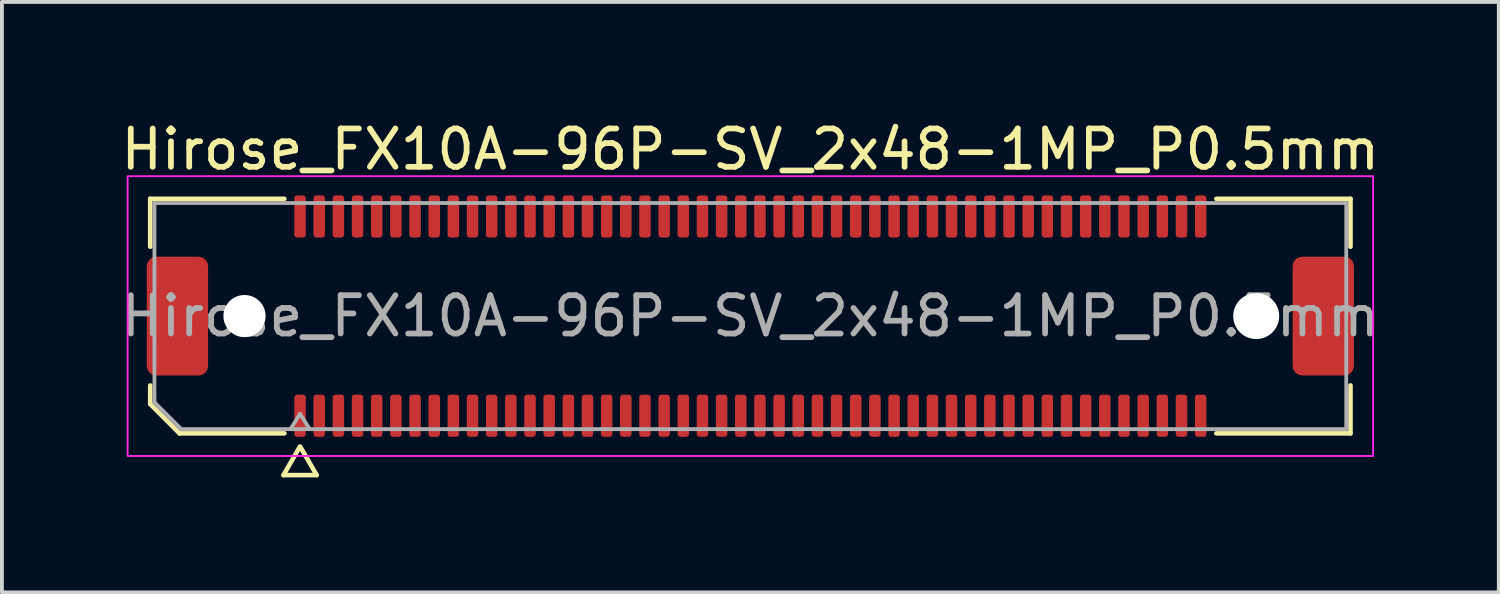
<source format=kicad_pcb>
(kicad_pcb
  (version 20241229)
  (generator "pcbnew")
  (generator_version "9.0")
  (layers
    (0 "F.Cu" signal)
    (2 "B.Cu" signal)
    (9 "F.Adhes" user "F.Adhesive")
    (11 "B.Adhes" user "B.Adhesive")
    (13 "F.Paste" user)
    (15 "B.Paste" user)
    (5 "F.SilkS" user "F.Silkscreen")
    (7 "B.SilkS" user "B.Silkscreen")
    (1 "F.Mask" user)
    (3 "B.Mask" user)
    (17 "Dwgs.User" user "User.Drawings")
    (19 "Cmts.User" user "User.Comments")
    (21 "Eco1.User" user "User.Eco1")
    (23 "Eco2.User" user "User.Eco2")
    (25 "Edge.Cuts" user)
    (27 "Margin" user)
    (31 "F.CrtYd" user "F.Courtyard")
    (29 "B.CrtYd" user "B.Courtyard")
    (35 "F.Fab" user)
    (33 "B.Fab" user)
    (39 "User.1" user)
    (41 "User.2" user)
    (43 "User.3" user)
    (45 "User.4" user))
  (footprint "Hirose_FX10A-96P-SV_2x48-1MP_P0.5mm"
    (layer "F.Cu")
    (at 16.53 5.198)
    (property "Reference" "Hirose_FX10A-96P-SV_2x48-1MP_P0.5mm" (at 0 -4.35 0) (layer "F.SilkS") (effects (font (size 1 1) (thickness 0.15))))
    (attr smd)
    (fp_line (start -15.66 -3.06) (end -12.16 -3.06) (stroke (width 0.12) (type solid)) (layer "F.SilkS"))
    (fp_line (start -15.66 -1.81) (end -15.66 -3.06) (stroke (width 0.12) (type solid)) (layer "F.SilkS"))
    (fp_line (start -15.66 2.296) (end -15.66 1.81) (stroke (width 0.12) (type solid)) (layer "F.SilkS"))
    (fp_line (start -14.896 3.06) (end -15.66 2.296) (stroke (width 0.12) (type solid)) (layer "F.SilkS"))
    (fp_line (start -12.183 4.15) (end -11.756 3.41) (stroke (width 0.12) (type solid)) (layer "F.SilkS"))
    (fp_line (start -12.16 3.06) (end -14.896 3.06) (stroke (width 0.12) (type solid)) (layer "F.SilkS"))
    (fp_line (start -11.744 3.41) (end -11.317 4.15) (stroke (width 0.12) (type solid)) (layer "F.SilkS"))
    (fp_line (start -11.317 4.15) (end -12.183 4.15) (stroke (width 0.12) (type solid)) (layer "F.SilkS"))
    (fp_line (start 12.16 -3.06) (end 15.66 -3.06) (stroke (width 0.12) (type solid)) (layer "F.SilkS"))
    (fp_line (start 15.66 -3.06) (end 15.66 -1.81) (stroke (width 0.12) (type solid)) (layer "F.SilkS"))
    (fp_line (start 15.66 1.81) (end 15.66 3.06) (stroke (width 0.12) (type solid)) (layer "F.SilkS"))
    (fp_line (start 15.66 3.06) (end 12.16 3.06) (stroke (width 0.12) (type solid)) (layer "F.SilkS"))
    (fp_rect (start -16.25 -3.65) (end 16.25 3.65) (stroke (width 0.05) (type solid)) (fill no) (layer "F.CrtYd"))
    (fp_line (start -15.55 -2.95) (end 15.55 -2.95) (stroke (width 0.1) (type solid)) (layer "F.Fab"))
    (fp_line (start -15.55 2.25) (end -15.55 -2.95) (stroke (width 0.1) (type solid)) (layer "F.Fab"))
    (fp_line (start -14.85 2.95) (end -15.55 2.25) (stroke (width 0.1) (type solid)) (layer "F.Fab"))
    (fp_line (start -12 2.95) (end -11.75 2.55) (stroke (width 0.1) (type solid)) (layer "F.Fab"))
    (fp_line (start -11.75 2.55) (end -11.5 2.95) (stroke (width 0.1) (type solid)) (layer "F.Fab"))
    (fp_line (start 15.55 -2.95) (end 15.55 2.95) (stroke (width 0.1) (type solid)) (layer "F.Fab"))
    (fp_line (start 15.55 2.95) (end -14.85 2.95) (stroke (width 0.1) (type solid)) (layer "F.Fab"))
    (fp_text user "${REFERENCE}" (at 0 0 0) (layer "F.Fab") (effects (font (size 1 1) (thickness 0.15))))
    (pad "" np_thru_hole circle (at -13.2 0) (size 1.1 1.1) (drill 1.1) (layers "*.Cu" "*.Mask"))
    (pad "" np_thru_hole circle (at 13.2 0) (size 1.2 1.2) (drill 1.2) (layers "*.Cu" "*.Mask"))
    (pad "1" smd roundrect (at -11.75 2.6) (size 0.3 1.1) (layers "F.Cu" "F.Mask" "F.Paste") (roundrect_rratio 0.25))
    (pad "2" smd roundrect (at -11.75 -2.6) (size 0.3 1.1) (layers "F.Cu" "F.Mask" "F.Paste") (roundrect_rratio 0.25))
    (pad "3" smd roundrect (at -11.25 2.6) (size 0.3 1.1) (layers "F.Cu" "F.Mask" "F.Paste") (roundrect_rratio 0.25))
    (pad "4" smd roundrect (at -11.25 -2.6) (size 0.3 1.1) (layers "F.Cu" "F.Mask" "F.Paste") (roundrect_rratio 0.25))
    (pad "5" smd roundrect (at -10.75 2.6) (size 0.3 1.1) (layers "F.Cu" "F.Mask" "F.Paste") (roundrect_rratio 0.25))
    (pad "6" smd roundrect (at -10.75 -2.6) (size 0.3 1.1) (layers "F.Cu" "F.Mask" "F.Paste") (roundrect_rratio 0.25))
    (pad "7" smd roundrect (at -10.25 2.6) (size 0.3 1.1) (layers "F.Cu" "F.Mask" "F.Paste") (roundrect_rratio 0.25))
    (pad "8" smd roundrect (at -10.25 -2.6) (size 0.3 1.1) (layers "F.Cu" "F.Mask" "F.Paste") (roundrect_rratio 0.25))
    (pad "9" smd roundrect (at -9.75 2.6) (size 0.3 1.1) (layers "F.Cu" "F.Mask" "F.Paste") (roundrect_rratio 0.25))
    (pad "10" smd roundrect (at -9.75 -2.6) (size 0.3 1.1) (layers "F.Cu" "F.Mask" "F.Paste") (roundrect_rratio 0.25))
    (pad "11" smd roundrect (at -9.25 2.6) (size 0.3 1.1) (layers "F.Cu" "F.Mask" "F.Paste") (roundrect_rratio 0.25))
    (pad "12" smd roundrect (at -9.25 -2.6) (size 0.3 1.1) (layers "F.Cu" "F.Mask" "F.Paste") (roundrect_rratio 0.25))
    (pad "13" smd roundrect (at -8.75 2.6) (size 0.3 1.1) (layers "F.Cu" "F.Mask" "F.Paste") (roundrect_rratio 0.25))
    (pad "14" smd roundrect (at -8.75 -2.6) (size 0.3 1.1) (layers "F.Cu" "F.Mask" "F.Paste") (roundrect_rratio 0.25))
    (pad "15" smd roundrect (at -8.25 2.6) (size 0.3 1.1) (layers "F.Cu" "F.Mask" "F.Paste") (roundrect_rratio 0.25))
    (pad "16" smd roundrect (at -8.25 -2.6) (size 0.3 1.1) (layers "F.Cu" "F.Mask" "F.Paste") (roundrect_rratio 0.25))
    (pad "17" smd roundrect (at -7.75 2.6) (size 0.3 1.1) (layers "F.Cu" "F.Mask" "F.Paste") (roundrect_rratio 0.25))
    (pad "18" smd roundrect (at -7.75 -2.6) (size 0.3 1.1) (layers "F.Cu" "F.Mask" "F.Paste") (roundrect_rratio 0.25))
    (pad "19" smd roundrect (at -7.25 2.6) (size 0.3 1.1) (layers "F.Cu" "F.Mask" "F.Paste") (roundrect_rratio 0.25))
    (pad "20" smd roundrect (at -7.25 -2.6) (size 0.3 1.1) (layers "F.Cu" "F.Mask" "F.Paste") (roundrect_rratio 0.25))
    (pad "21" smd roundrect (at -6.75 2.6) (size 0.3 1.1) (layers "F.Cu" "F.Mask" "F.Paste") (roundrect_rratio 0.25))
    (pad "22" smd roundrect (at -6.75 -2.6) (size 0.3 1.1) (layers "F.Cu" "F.Mask" "F.Paste") (roundrect_rratio 0.25))
    (pad "23" smd roundrect (at -6.25 2.6) (size 0.3 1.1) (layers "F.Cu" "F.Mask" "F.Paste") (roundrect_rratio 0.25))
    (pad "24" smd roundrect (at -6.25 -2.6) (size 0.3 1.1) (layers "F.Cu" "F.Mask" "F.Paste") (roundrect_rratio 0.25))
    (pad "25" smd roundrect (at -5.75 2.6) (size 0.3 1.1) (layers "F.Cu" "F.Mask" "F.Paste") (roundrect_rratio 0.25))
    (pad "26" smd roundrect (at -5.75 -2.6) (size 0.3 1.1) (layers "F.Cu" "F.Mask" "F.Paste") (roundrect_rratio 0.25))
    (pad "27" smd roundrect (at -5.25 2.6) (size 0.3 1.1) (layers "F.Cu" "F.Mask" "F.Paste") (roundrect_rratio 0.25))
    (pad "28" smd roundrect (at -5.25 -2.6) (size 0.3 1.1) (layers "F.Cu" "F.Mask" "F.Paste") (roundrect_rratio 0.25))
    (pad "29" smd roundrect (at -4.75 2.6) (size 0.3 1.1) (layers "F.Cu" "F.Mask" "F.Paste") (roundrect_rratio 0.25))
    (pad "30" smd roundrect (at -4.75 -2.6) (size 0.3 1.1) (layers "F.Cu" "F.Mask" "F.Paste") (roundrect_rratio 0.25))
    (pad "31" smd roundrect (at -4.25 2.6) (size 0.3 1.1) (layers "F.Cu" "F.Mask" "F.Paste") (roundrect_rratio 0.25))
    (pad "32" smd roundrect (at -4.25 -2.6) (size 0.3 1.1) (layers "F.Cu" "F.Mask" "F.Paste") (roundrect_rratio 0.25))
    (pad "33" smd roundrect (at -3.75 2.6) (size 0.3 1.1) (layers "F.Cu" "F.Mask" "F.Paste") (roundrect_rratio 0.25))
    (pad "34" smd roundrect (at -3.75 -2.6) (size 0.3 1.1) (layers "F.Cu" "F.Mask" "F.Paste") (roundrect_rratio 0.25))
    (pad "35" smd roundrect (at -3.25 2.6) (size 0.3 1.1) (layers "F.Cu" "F.Mask" "F.Paste") (roundrect_rratio 0.25))
    (pad "36" smd roundrect (at -3.25 -2.6) (size 0.3 1.1) (layers "F.Cu" "F.Mask" "F.Paste") (roundrect_rratio 0.25))
    (pad "37" smd roundrect (at -2.75 2.6) (size 0.3 1.1) (layers "F.Cu" "F.Mask" "F.Paste") (roundrect_rratio 0.25))
    (pad "38" smd roundrect (at -2.75 -2.6) (size 0.3 1.1) (layers "F.Cu" "F.Mask" "F.Paste") (roundrect_rratio 0.25))
    (pad "39" smd roundrect (at -2.25 2.6) (size 0.3 1.1) (layers "F.Cu" "F.Mask" "F.Paste") (roundrect_rratio 0.25))
    (pad "40" smd roundrect (at -2.25 -2.6) (size 0.3 1.1) (layers "F.Cu" "F.Mask" "F.Paste") (roundrect_rratio 0.25))
    (pad "41" smd roundrect (at -1.75 2.6) (size 0.3 1.1) (layers "F.Cu" "F.Mask" "F.Paste") (roundrect_rratio 0.25))
    (pad "42" smd roundrect (at -1.75 -2.6) (size 0.3 1.1) (layers "F.Cu" "F.Mask" "F.Paste") (roundrect_rratio 0.25))
    (pad "43" smd roundrect (at -1.25 2.6) (size 0.3 1.1) (layers "F.Cu" "F.Mask" "F.Paste") (roundrect_rratio 0.25))
    (pad "44" smd roundrect (at -1.25 -2.6) (size 0.3 1.1) (layers "F.Cu" "F.Mask" "F.Paste") (roundrect_rratio 0.25))
    (pad "45" smd roundrect (at -0.75 2.6) (size 0.3 1.1) (layers "F.Cu" "F.Mask" "F.Paste") (roundrect_rratio 0.25))
    (pad "46" smd roundrect (at -0.75 -2.6) (size 0.3 1.1) (layers "F.Cu" "F.Mask" "F.Paste") (roundrect_rratio 0.25))
    (pad "47" smd roundrect (at -0.25 2.6) (size 0.3 1.1) (layers "F.Cu" "F.Mask" "F.Paste") (roundrect_rratio 0.25))
    (pad "48" smd roundrect (at -0.25 -2.6) (size 0.3 1.1) (layers "F.Cu" "F.Mask" "F.Paste") (roundrect_rratio 0.25))
    (pad "49" smd roundrect (at 0.25 2.6) (size 0.3 1.1) (layers "F.Cu" "F.Mask" "F.Paste") (roundrect_rratio 0.25))
    (pad "50" smd roundrect (at 0.25 -2.6) (size 0.3 1.1) (layers "F.Cu" "F.Mask" "F.Paste") (roundrect_rratio 0.25))
    (pad "51" smd roundrect (at 0.75 2.6) (size 0.3 1.1) (layers "F.Cu" "F.Mask" "F.Paste") (roundrect_rratio 0.25))
    (pad "52" smd roundrect (at 0.75 -2.6) (size 0.3 1.1) (layers "F.Cu" "F.Mask" "F.Paste") (roundrect_rratio 0.25))
    (pad "53" smd roundrect (at 1.25 2.6) (size 0.3 1.1) (layers "F.Cu" "F.Mask" "F.Paste") (roundrect_rratio 0.25))
    (pad "54" smd roundrect (at 1.25 -2.6) (size 0.3 1.1) (layers "F.Cu" "F.Mask" "F.Paste") (roundrect_rratio 0.25))
    (pad "55" smd roundrect (at 1.75 2.6) (size 0.3 1.1) (layers "F.Cu" "F.Mask" "F.Paste") (roundrect_rratio 0.25))
    (pad "56" smd roundrect (at 1.75 -2.6) (size 0.3 1.1) (layers "F.Cu" "F.Mask" "F.Paste") (roundrect_rratio 0.25))
    (pad "57" smd roundrect (at 2.25 2.6) (size 0.3 1.1) (layers "F.Cu" "F.Mask" "F.Paste") (roundrect_rratio 0.25))
    (pad "58" smd roundrect (at 2.25 -2.6) (size 0.3 1.1) (layers "F.Cu" "F.Mask" "F.Paste") (roundrect_rratio 0.25))
    (pad "59" smd roundrect (at 2.75 2.6) (size 0.3 1.1) (layers "F.Cu" "F.Mask" "F.Paste") (roundrect_rratio 0.25))
    (pad "60" smd roundrect (at 2.75 -2.6) (size 0.3 1.1) (layers "F.Cu" "F.Mask" "F.Paste") (roundrect_rratio 0.25))
    (pad "61" smd roundrect (at 3.25 2.6) (size 0.3 1.1) (layers "F.Cu" "F.Mask" "F.Paste") (roundrect_rratio 0.25))
    (pad "62" smd roundrect (at 3.25 -2.6) (size 0.3 1.1) (layers "F.Cu" "F.Mask" "F.Paste") (roundrect_rratio 0.25))
    (pad "63" smd roundrect (at 3.75 2.6) (size 0.3 1.1) (layers "F.Cu" "F.Mask" "F.Paste") (roundrect_rratio 0.25))
    (pad "64" smd roundrect (at 3.75 -2.6) (size 0.3 1.1) (layers "F.Cu" "F.Mask" "F.Paste") (roundrect_rratio 0.25))
    (pad "65" smd roundrect (at 4.25 2.6) (size 0.3 1.1) (layers "F.Cu" "F.Mask" "F.Paste") (roundrect_rratio 0.25))
    (pad "66" smd roundrect (at 4.25 -2.6) (size 0.3 1.1) (layers "F.Cu" "F.Mask" "F.Paste") (roundrect_rratio 0.25))
    (pad "67" smd roundrect (at 4.75 2.6) (size 0.3 1.1) (layers "F.Cu" "F.Mask" "F.Paste") (roundrect_rratio 0.25))
    (pad "68" smd roundrect (at 4.75 -2.6) (size 0.3 1.1) (layers "F.Cu" "F.Mask" "F.Paste") (roundrect_rratio 0.25))
    (pad "69" smd roundrect (at 5.25 2.6) (size 0.3 1.1) (layers "F.Cu" "F.Mask" "F.Paste") (roundrect_rratio 0.25))
    (pad "70" smd roundrect (at 5.25 -2.6) (size 0.3 1.1) (layers "F.Cu" "F.Mask" "F.Paste") (roundrect_rratio 0.25))
    (pad "71" smd roundrect (at 5.75 2.6) (size 0.3 1.1) (layers "F.Cu" "F.Mask" "F.Paste") (roundrect_rratio 0.25))
    (pad "72" smd roundrect (at 5.75 -2.6) (size 0.3 1.1) (layers "F.Cu" "F.Mask" "F.Paste") (roundrect_rratio 0.25))
    (pad "73" smd roundrect (at 6.25 2.6) (size 0.3 1.1) (layers "F.Cu" "F.Mask" "F.Paste") (roundrect_rratio 0.25))
    (pad "74" smd roundrect (at 6.25 -2.6) (size 0.3 1.1) (layers "F.Cu" "F.Mask" "F.Paste") (roundrect_rratio 0.25))
    (pad "75" smd roundrect (at 6.75 2.6) (size 0.3 1.1) (layers "F.Cu" "F.Mask" "F.Paste") (roundrect_rratio 0.25))
    (pad "76" smd roundrect (at 6.75 -2.6) (size 0.3 1.1) (layers "F.Cu" "F.Mask" "F.Paste") (roundrect_rratio 0.25))
    (pad "77" smd roundrect (at 7.25 2.6) (size 0.3 1.1) (layers "F.Cu" "F.Mask" "F.Paste") (roundrect_rratio 0.25))
    (pad "78" smd roundrect (at 7.25 -2.6) (size 0.3 1.1) (layers "F.Cu" "F.Mask" "F.Paste") (roundrect_rratio 0.25))
    (pad "79" smd roundrect (at 7.75 2.6) (size 0.3 1.1) (layers "F.Cu" "F.Mask" "F.Paste") (roundrect_rratio 0.25))
    (pad "80" smd roundrect (at 7.75 -2.6) (size 0.3 1.1) (layers "F.Cu" "F.Mask" "F.Paste") (roundrect_rratio 0.25))
    (pad "81" smd roundrect (at 8.25 2.6) (size 0.3 1.1) (layers "F.Cu" "F.Mask" "F.Paste") (roundrect_rratio 0.25))
    (pad "82" smd roundrect (at 8.25 -2.6) (size 0.3 1.1) (layers "F.Cu" "F.Mask" "F.Paste") (roundrect_rratio 0.25))
    (pad "83" smd roundrect (at 8.75 2.6) (size 0.3 1.1) (layers "F.Cu" "F.Mask" "F.Paste") (roundrect_rratio 0.25))
    (pad "84" smd roundrect (at 8.75 -2.6) (size 0.3 1.1) (layers "F.Cu" "F.Mask" "F.Paste") (roundrect_rratio 0.25))
    (pad "85" smd roundrect (at 9.25 2.6) (size 0.3 1.1) (layers "F.Cu" "F.Mask" "F.Paste") (roundrect_rratio 0.25))
    (pad "86" smd roundrect (at 9.25 -2.6) (size 0.3 1.1) (layers "F.Cu" "F.Mask" "F.Paste") (roundrect_rratio 0.25))
    (pad "87" smd roundrect (at 9.75 2.6) (size 0.3 1.1) (layers "F.Cu" "F.Mask" "F.Paste") (roundrect_rratio 0.25))
    (pad "88" smd roundrect (at 9.75 -2.6) (size 0.3 1.1) (layers "F.Cu" "F.Mask" "F.Paste") (roundrect_rratio 0.25))
    (pad "89" smd roundrect (at 10.25 2.6) (size 0.3 1.1) (layers "F.Cu" "F.Mask" "F.Paste") (roundrect_rratio 0.25))
    (pad "90" smd roundrect (at 10.25 -2.6) (size 0.3 1.1) (layers "F.Cu" "F.Mask" "F.Paste") (roundrect_rratio 0.25))
    (pad "91" smd roundrect (at 10.75 2.6) (size 0.3 1.1) (layers "F.Cu" "F.Mask" "F.Paste") (roundrect_rratio 0.25))
    (pad "92" smd roundrect (at 10.75 -2.6) (size 0.3 1.1) (layers "F.Cu" "F.Mask" "F.Paste") (roundrect_rratio 0.25))
    (pad "93" smd roundrect (at 11.25 2.6) (size 0.3 1.1) (layers "F.Cu" "F.Mask" "F.Paste") (roundrect_rratio 0.25))
    (pad "94" smd roundrect (at 11.25 -2.6) (size 0.3 1.1) (layers "F.Cu" "F.Mask" "F.Paste") (roundrect_rratio 0.25))
    (pad "95" smd roundrect (at 11.75 2.6) (size 0.3 1.1) (layers "F.Cu" "F.Mask" "F.Paste") (roundrect_rratio 0.25))
    (pad "96" smd roundrect (at 11.75 -2.6) (size 0.3 1.1) (layers "F.Cu" "F.Mask" "F.Paste") (roundrect_rratio 0.25))
    (pad "MP" smd roundrect (at -14.95 0) (size 1.6 3.1) (layers "F.Cu" "F.Mask" "F.Paste") (roundrect_rratio 0.156))
    (pad "MP" smd roundrect (at 14.95 0) (size 1.6 3.1) (layers "F.Cu" "F.Mask" "F.Paste") (roundrect_rratio 0.156))
    (zone (net_name "") (layer "F.Cu") (name "keepout") (hatch edge 0.5) (connect_pads) (min_thickness 0.25) (filled_areas_thickness no) (keepout (tracks not_allowed) (vias not_allowed) (pads allowed) (copperpour not_allowed) (footprints allowed)) (placement (enabled no)) (fill) (polygon (pts (xy 4.63 3.148) (xy 28.43 3.148) (xy 28.43 4.198) (xy 4.63 4.198))))
    (zone (net_name "") (layer "F.Cu") (name "keepout") (hatch edge 0.5) (connect_pads) (min_thickness 0.25) (filled_areas_thickness no) (keepout (tracks not_allowed) (vias not_allowed) (pads allowed) (copperpour not_allowed) (footprints allowed)) (placement (enabled no)) (fill) (polygon (pts (xy 4.63 6.198) (xy 28.43 6.198) (xy 28.43 7.248) (xy 4.63 7.248)))))
  (gr_rect
    (start -3 -3)
    (end 36.06 12.408)
    (stroke (width 0.1) (type default))
    (fill no)
    (layer "Edge.Cuts")))
</source>
